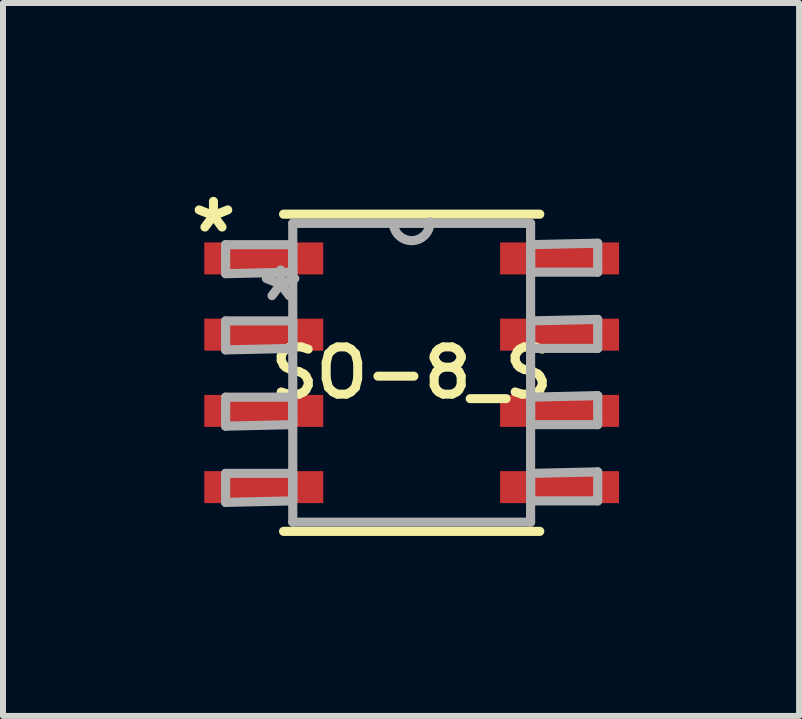
<source format=kicad_pcb>
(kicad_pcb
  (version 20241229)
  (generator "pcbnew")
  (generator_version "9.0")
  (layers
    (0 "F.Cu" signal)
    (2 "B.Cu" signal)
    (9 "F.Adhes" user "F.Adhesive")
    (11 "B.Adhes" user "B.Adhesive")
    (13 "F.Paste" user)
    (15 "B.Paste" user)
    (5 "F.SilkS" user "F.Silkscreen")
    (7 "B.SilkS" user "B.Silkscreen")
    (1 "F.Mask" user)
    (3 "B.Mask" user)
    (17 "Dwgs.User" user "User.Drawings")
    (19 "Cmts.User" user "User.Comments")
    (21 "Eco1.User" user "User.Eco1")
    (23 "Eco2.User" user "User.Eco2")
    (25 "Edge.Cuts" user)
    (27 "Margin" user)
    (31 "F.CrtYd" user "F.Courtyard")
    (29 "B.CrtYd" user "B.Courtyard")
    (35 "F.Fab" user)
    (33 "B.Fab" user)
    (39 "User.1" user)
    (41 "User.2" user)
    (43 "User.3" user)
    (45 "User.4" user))
  (footprint "SO-8_S"
    (layer "F.Cu")
    (at 3.808 3.16)
    (property "Reference" "SO-8_S" (at 0 0 0) (layer "F.SilkS") (effects (font (size 0.787 0.787) (thickness 0.15))))
    (attr smd)
    (fp_line (start -2.134 2.642) (end 2.134 2.642) (stroke (width 0.152) (type solid)) (layer "F.SilkS"))
    (fp_line (start 2.134 -2.642) (end -2.134 -2.642) (stroke (width 0.152) (type solid)) (layer "F.SilkS"))
    (fp_line (start -3.099 -2.134) (end -3.099 -1.651) (stroke (width 0.152) (type solid)) (layer "F.Fab"))
    (fp_line (start -3.099 -1.651) (end -1.981 -1.676) (stroke (width 0.152) (type solid)) (layer "F.Fab"))
    (fp_line (start -3.099 -0.864) (end -3.099 -0.381) (stroke (width 0.152) (type solid)) (layer "F.Fab"))
    (fp_line (start -3.099 -0.381) (end -1.981 -0.406) (stroke (width 0.152) (type solid)) (layer "F.Fab"))
    (fp_line (start -3.099 0.406) (end -3.099 0.889) (stroke (width 0.152) (type solid)) (layer "F.Fab"))
    (fp_line (start -3.099 0.889) (end -1.981 0.864) (stroke (width 0.152) (type solid)) (layer "F.Fab"))
    (fp_line (start -3.099 1.676) (end -3.099 2.159) (stroke (width 0.152) (type solid)) (layer "F.Fab"))
    (fp_line (start -3.099 2.159) (end -1.981 2.134) (stroke (width 0.152) (type solid)) (layer "F.Fab"))
    (fp_line (start -1.981 -2.489) (end -1.981 2.489) (stroke (width 0.152) (type solid)) (layer "F.Fab"))
    (fp_line (start -1.981 -2.134) (end -3.099 -2.134) (stroke (width 0.152) (type solid)) (layer "F.Fab"))
    (fp_line (start -1.981 -1.676) (end -1.981 -2.134) (stroke (width 0.152) (type solid)) (layer "F.Fab"))
    (fp_line (start -1.981 -0.864) (end -3.099 -0.864) (stroke (width 0.152) (type solid)) (layer "F.Fab"))
    (fp_line (start -1.981 -0.406) (end -1.981 -0.864) (stroke (width 0.152) (type solid)) (layer "F.Fab"))
    (fp_line (start -1.981 0.406) (end -3.099 0.406) (stroke (width 0.152) (type solid)) (layer "F.Fab"))
    (fp_line (start -1.981 0.864) (end -1.981 0.406) (stroke (width 0.152) (type solid)) (layer "F.Fab"))
    (fp_line (start -1.981 1.676) (end -3.099 1.676) (stroke (width 0.152) (type solid)) (layer "F.Fab"))
    (fp_line (start -1.981 2.134) (end -1.981 1.676) (stroke (width 0.152) (type solid)) (layer "F.Fab"))
    (fp_line (start -1.981 2.489) (end 1.981 2.489) (stroke (width 0.152) (type solid)) (layer "F.Fab"))
    (fp_line (start -0.305 -2.489) (end -1.981 -2.489) (stroke (width 0.152) (type solid)) (layer "F.Fab"))
    (fp_line (start 1.981 -2.489) (end -0.305 -2.489) (stroke (width 0.152) (type solid)) (layer "F.Fab"))
    (fp_line (start 1.981 -2.134) (end 1.981 -1.676) (stroke (width 0.152) (type solid)) (layer "F.Fab"))
    (fp_line (start 1.981 -1.676) (end 3.099 -1.676) (stroke (width 0.152) (type solid)) (layer "F.Fab"))
    (fp_line (start 1.981 -0.864) (end 1.981 -0.406) (stroke (width 0.152) (type solid)) (layer "F.Fab"))
    (fp_line (start 1.981 -0.406) (end 3.099 -0.406) (stroke (width 0.152) (type solid)) (layer "F.Fab"))
    (fp_line (start 1.981 0.406) (end 1.981 0.864) (stroke (width 0.152) (type solid)) (layer "F.Fab"))
    (fp_line (start 1.981 0.864) (end 3.099 0.864) (stroke (width 0.152) (type solid)) (layer "F.Fab"))
    (fp_line (start 1.981 1.676) (end 1.981 2.134) (stroke (width 0.152) (type solid)) (layer "F.Fab"))
    (fp_line (start 1.981 2.134) (end 3.099 2.134) (stroke (width 0.152) (type solid)) (layer "F.Fab"))
    (fp_line (start 1.981 2.489) (end 1.981 -2.489) (stroke (width 0.152) (type solid)) (layer "F.Fab"))
    (fp_line (start 3.099 -2.159) (end 1.981 -2.134) (stroke (width 0.152) (type solid)) (layer "F.Fab"))
    (fp_line (start 3.099 -1.676) (end 3.099 -2.159) (stroke (width 0.152) (type solid)) (layer "F.Fab"))
    (fp_line (start 3.099 -0.889) (end 1.981 -0.864) (stroke (width 0.152) (type solid)) (layer "F.Fab"))
    (fp_line (start 3.099 -0.406) (end 3.099 -0.889) (stroke (width 0.152) (type solid)) (layer "F.Fab"))
    (fp_line (start 3.099 0.381) (end 1.981 0.406) (stroke (width 0.152) (type solid)) (layer "F.Fab"))
    (fp_line (start 3.099 0.864) (end 3.099 0.381) (stroke (width 0.152) (type solid)) (layer "F.Fab"))
    (fp_line (start 3.099 1.651) (end 1.981 1.676) (stroke (width 0.152) (type solid)) (layer "F.Fab"))
    (fp_line (start 3.099 2.134) (end 3.099 1.651) (stroke (width 0.152) (type solid)) (layer "F.Fab"))
    (fp_arc (start 0.3048 -2.5146) (mid 0.0127 -2.1971) (end -0.3048 -2.4892) (stroke (width 0.1524) (type solid)) (layer "F.Fab"))
    (fp_text user "*" (at -3.302 -2.311 0) (layer "F.SilkS") (effects (font (size 1 1) (thickness 0.15))))
    (fp_text user "*" (at -2.184 -1.168 0) (layer "F.Fab") (effects (font (size 1 1) (thickness 0.15))))
    (pad "1" smd rect (at -2.464 -1.905) (size 1.981 0.533) (layers "F.Cu" "F.Mask" "F.Paste"))
    (pad "2" smd rect (at -2.464 -0.635) (size 1.981 0.533) (layers "F.Cu" "F.Mask" "F.Paste"))
    (pad "3" smd rect (at -2.464 0.635) (size 1.981 0.533) (layers "F.Cu" "F.Mask" "F.Paste"))
    (pad "4" smd rect (at -2.464 1.905) (size 1.981 0.533) (layers "F.Cu" "F.Mask" "F.Paste"))
    (pad "5" smd rect (at 2.464 1.905) (size 1.981 0.533) (layers "F.Cu" "F.Mask" "F.Paste"))
    (pad "6" smd rect (at 2.464 0.635) (size 1.981 0.533) (layers "F.Cu" "F.Mask" "F.Paste"))
    (pad "7" smd rect (at 2.464 -0.635) (size 1.981 0.533) (layers "F.Cu" "F.Mask" "F.Paste"))
    (pad "8" smd rect (at 2.464 -1.905) (size 1.981 0.533) (layers "F.Cu" "F.Mask" "F.Paste")))
  (gr_rect
    (start -3 -3)
    (end 10.262 8.877)
    (stroke (width 0.1) (type default))
    (fill no)
    (layer "Edge.Cuts")))
</source>
